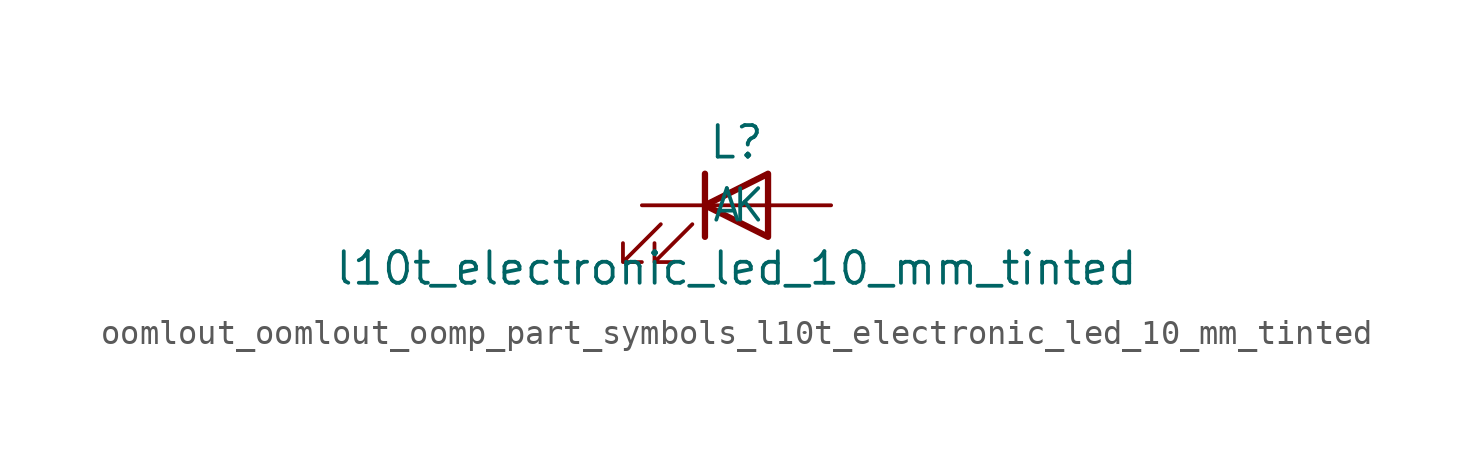
<source format=kicad_sym>
(kicad_symbol_lib
  (version 20220914)
  (generator kicad_symbol_editor)
  (symbol "oomlout_oomlout_oomp_part_symbols_l10t_electronic_led_10_mm_tinted"
    (pin_numbers hide)
    (pin_names
      (offset 1.016))
    (property "Reference" "L"
      (at 0 2.54 0)
      (effects (font (size 1.27 1.27))))
    (property "Value" "l10t_electronic_led_10_mm_tinted"
      (at 0 -2.54 0)
      (effects (font (size 1.27 1.27))))
    (symbol "oomlout_oomlout_oomp_part_symbols_l10t_electronic_led_10_mm_tinted_0_1"
      (polyline (pts (xy -1.27 -1.27) (xy -1.27 1.27)) (stroke (width 0.254) (type default)) (fill (type none)))
      (polyline (pts (xy -1.27 0) (xy 1.27 0)) (stroke (width 0) (type default)) (fill (type none)))
      (polyline (pts (xy 1.27 -1.27) (xy 1.27 1.27) (xy -1.27 0) (xy 1.27 -1.27)) (stroke (width 0.254) (type default)) (fill (type none)))
      (polyline (pts (xy -3.048 -0.762) (xy -4.572 -2.286) (xy -3.81 -2.286) (xy -4.572 -2.286) (xy -4.572 -1.524)) (stroke (width 0) (type default)) (fill (type none)))
      (polyline (pts (xy -1.778 -0.762) (xy -3.302 -2.286) (xy -2.54 -2.286) (xy -3.302 -2.286) (xy -3.302 -1.524)) (stroke (width 0) (type default)) (fill (type none))))
    (symbol "oomlout_oomlout_oomp_part_symbols_l10t_electronic_led_10_mm_tinted_1_1"
      (pin passive line (at -3.81 0 0) (length 2.54) (name "K" (effects (font (size 1.27 1.27)))) (number "1" (effects (font (size 1.27 1.27)))))
      (pin passive line (at 3.81 0 180) (length 2.54) (name "A" (effects (font (size 1.27 1.27)))) (number "2" (effects (font (size 1.27 1.27))))))))
</source>
